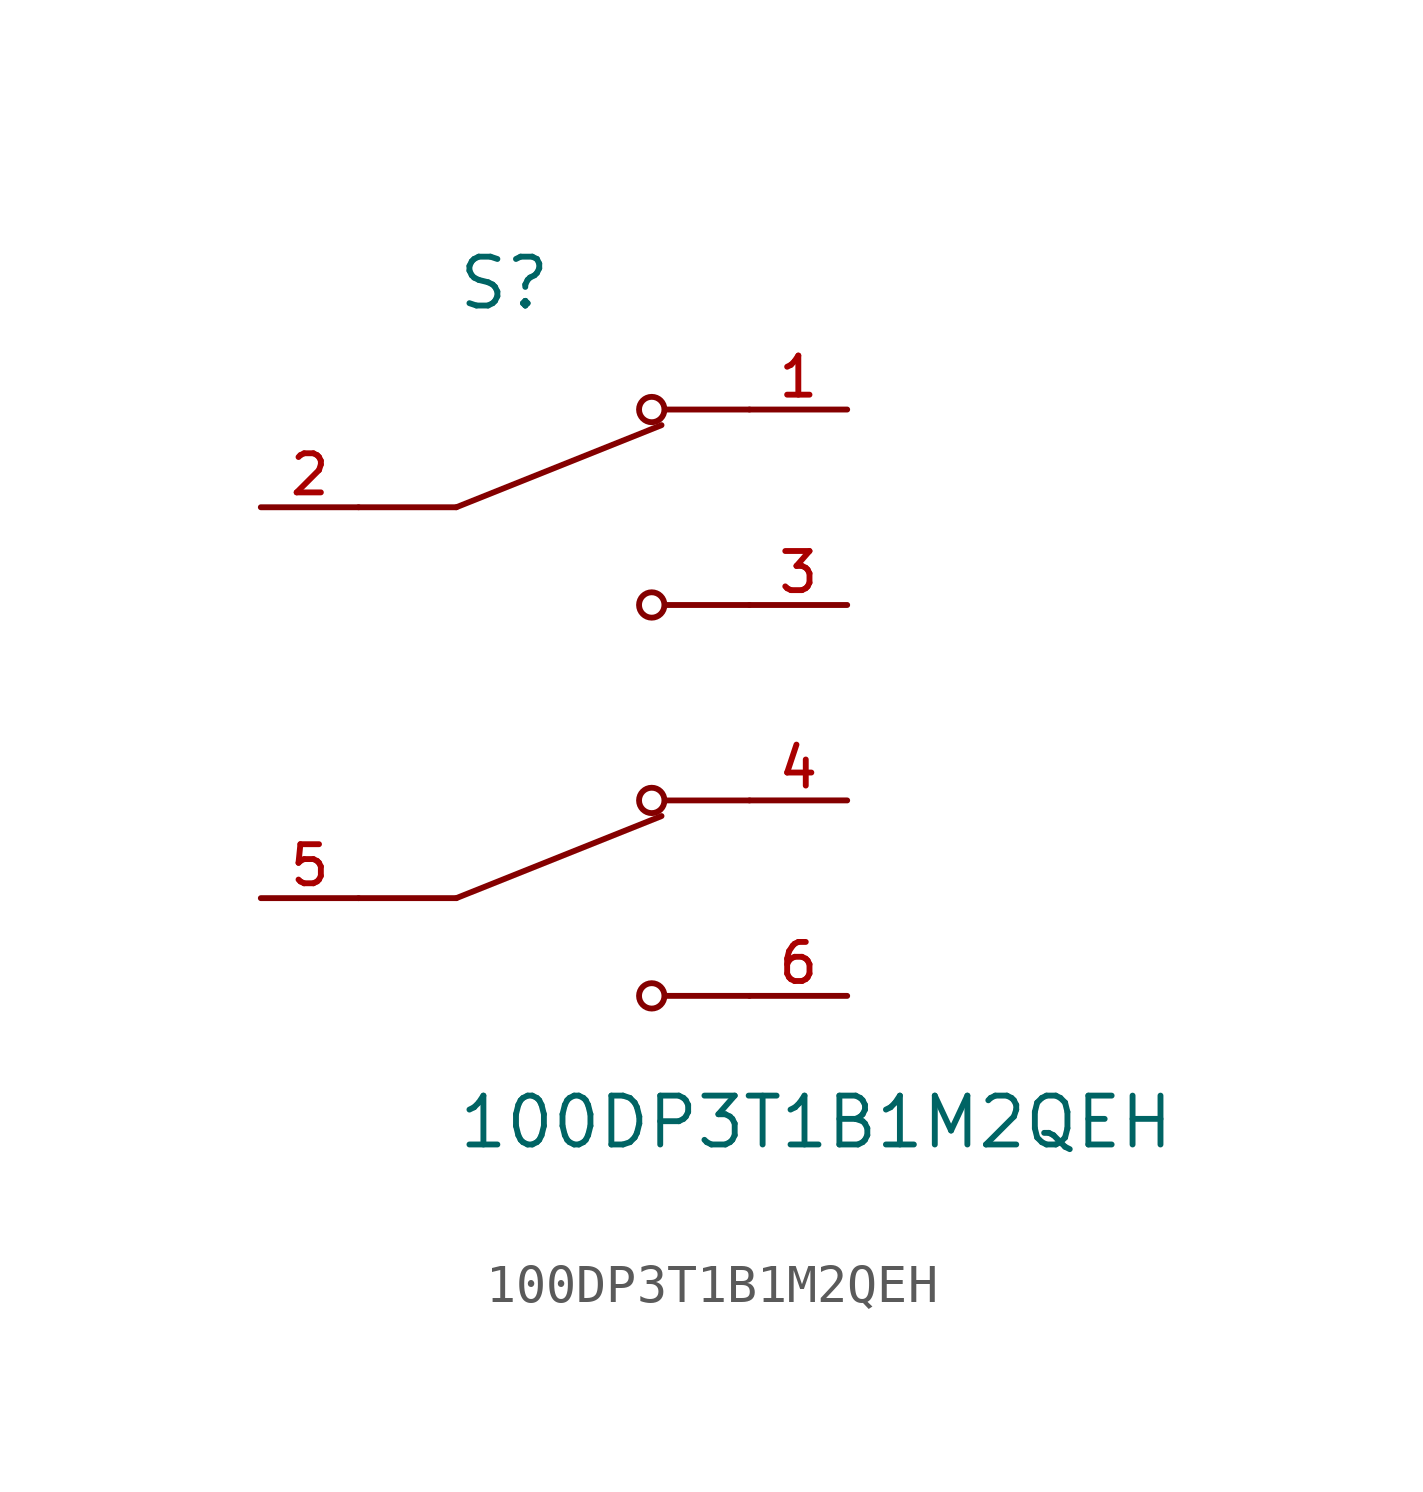
<source format=kicad_sym>
(kicad_symbol_lib
  (version 20211014)
  (generator kicad_symbol_editor)
  (symbol "100DP3T1B1M2QEH"
    (pin_names
      (offset 1.016))
    (property "Reference" "S"
      (at -2.54 10.16 0)
      (effects (font (size 1.27 1.27)) (justify bottom left)))
    (property "Value" "100DP3T1B1M2QEH"
      (at -2.54 -10.16 0)
      (effects (font (size 1.27 1.27)) (justify top left)))
    (symbol "100DP3T1B1M2QEH_0_0"
      (polyline (pts (xy -2.54 5.08) (xy 2.794 7.214)) (stroke (width 0.152)))
      (circle (center 2.54 7.62) (radius 0.33) (stroke (width 0.152)) (fill (type none)))
      (circle (center 2.54 2.54) (radius 0.33) (stroke (width 0.152)) (fill (type none)))
      (polyline (pts (xy 5.08 2.54) (xy 2.921 2.54)) (stroke (width 0.152)))
      (polyline (pts (xy 5.08 7.62) (xy 2.921 7.62)) (stroke (width 0.152)))
      (polyline (pts (xy -2.54 5.08) (xy -5.08 5.08)) (stroke (width 0.152)))
      (polyline (pts (xy -2.54 -5.08) (xy 2.794 -2.946)) (stroke (width 0.152)))
      (circle (center 2.54 -2.54) (radius 0.33) (stroke (width 0.152)) (fill (type none)))
      (circle (center 2.54 -7.62) (radius 0.33) (stroke (width 0.152)) (fill (type none)))
      (polyline (pts (xy 5.08 -7.62) (xy 2.921 -7.62)) (stroke (width 0.152)))
      (polyline (pts (xy 5.08 -2.54) (xy 2.921 -2.54)) (stroke (width 0.152)))
      (polyline (pts (xy -2.54 -5.08) (xy -5.08 -5.08)) (stroke (width 0.152)))
      (pin passive line (at 7.62 7.62 180.0) (length 2.54) (name "~" (effects (font (size 1.016 1.016)))) (number "1" (effects (font (size 1.016 1.016)))))
      (pin passive line (at -7.62 5.08 0) (length 2.54) (name "~" (effects (font (size 1.016 1.016)))) (number "2" (effects (font (size 1.016 1.016)))))
      (pin passive line (at 7.62 2.54 180.0) (length 2.54) (name "~" (effects (font (size 1.016 1.016)))) (number "3" (effects (font (size 1.016 1.016)))))
      (pin passive line (at 7.62 -2.54 180.0) (length 2.54) (name "~" (effects (font (size 1.016 1.016)))) (number "4" (effects (font (size 1.016 1.016)))))
      (pin passive line (at -7.62 -5.08 0) (length 2.54) (name "~" (effects (font (size 1.016 1.016)))) (number "5" (effects (font (size 1.016 1.016)))))
      (pin passive line (at 7.62 -7.62 180.0) (length 2.54) (name "~" (effects (font (size 1.016 1.016)))) (number "6" (effects (font (size 1.016 1.016))))))))
</source>
